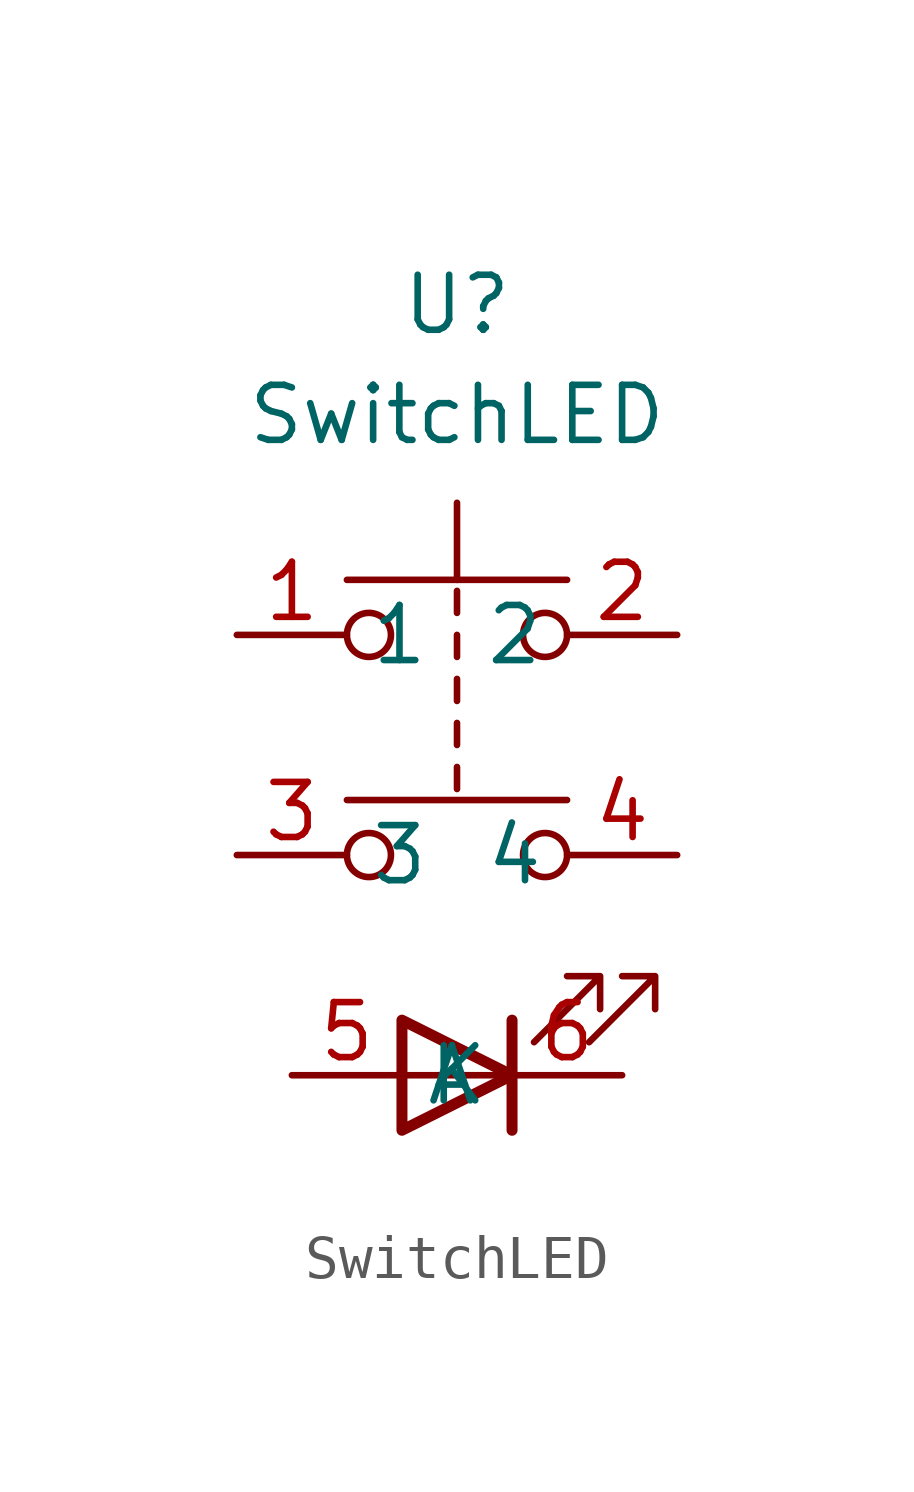
<source format=kicad_sym>
(kicad_symbol_lib
  (version 20211014)
  (generator kicad_symbol_editor)
  (symbol "SwitchLED"
    (property "Reference" "U"
      (at 0 2.54 0)
      (effects (font (size 1.27 1.27))))
    (property "Value" "SwitchLED"
      (at 0 0 0)
      (effects (font (size 1.27 1.27))))
    (symbol "SwitchLED_0_1"
      (circle (center -2.032 -10.16) (radius 0.508) (stroke (width 0) (type default) (color 0 0 0 0)) (fill (type none)))
      (circle (center -2.032 -5.08) (radius 0.508) (stroke (width 0) (type default) (color 0 0 0 0)) (fill (type none)))
      (polyline (pts (xy 0 -8.128) (xy 0 -8.636)) (stroke (width 0) (type default) (color 0 0 0 0)) (fill (type none)))
      (polyline (pts (xy 0 -7.112) (xy 0 -7.62)) (stroke (width 0) (type default) (color 0 0 0 0)) (fill (type none)))
      (polyline (pts (xy 0 -6.604) (xy 0 -6.096)) (stroke (width 0) (type default) (color 0 0 0 0)) (fill (type none)))
      (polyline (pts (xy 0 -5.588) (xy 0 -5.08)) (stroke (width 0) (type default) (color 0 0 0 0)) (fill (type none)))
      (polyline (pts (xy 0 -4.572) (xy 0 -4.064)) (stroke (width 0) (type default) (color 0 0 0 0)) (fill (type none)))
      (polyline (pts (xy 0 -3.81) (xy 0 -2.032)) (stroke (width 0) (type default) (color 0 0 0 0)) (fill (type none)))
      (polyline (pts (xy 1.27 -15.24) (xy -1.27 -15.24)) (stroke (width 0) (type default) (color 0 0 0 0)) (fill (type none)))
      (polyline (pts (xy 1.27 -13.97) (xy 1.27 -16.51)) (stroke (width 0.254) (type default) (color 0 0 0 0)) (fill (type none)))
      (polyline (pts (xy 2.54 -8.89) (xy -2.54 -8.89)) (stroke (width 0) (type default) (color 0 0 0 0)) (fill (type none)))
      (polyline (pts (xy 2.54 -3.81) (xy -2.54 -3.81)) (stroke (width 0) (type default) (color 0 0 0 0)) (fill (type none)))
      (polyline (pts (xy -1.27 -13.97) (xy -1.27 -16.51) (xy 1.27 -15.24) (xy -1.27 -13.97)) (stroke (width 0.254) (type default) (color 0 0 0 0)) (fill (type none)))
      (polyline (pts (xy 1.778 -14.478) (xy 3.302 -12.954) (xy 2.54 -12.954) (xy 3.302 -12.954) (xy 3.302 -13.716)) (stroke (width 0) (type default) (color 0 0 0 0)) (fill (type none)))
      (polyline (pts (xy 3.048 -14.478) (xy 4.572 -12.954) (xy 3.81 -12.954) (xy 4.572 -12.954) (xy 4.572 -13.716)) (stroke (width 0) (type default) (color 0 0 0 0)) (fill (type none)))
      (circle (center 2.032 -10.16) (radius 0.508) (stroke (width 0) (type default) (color 0 0 0 0)) (fill (type none)))
      (circle (center 2.032 -5.08) (radius 0.508) (stroke (width 0) (type default) (color 0 0 0 0)) (fill (type none)))
      (pin passive line (at -5.08 -5.08 0) (length 2.54) (name "1" (effects (font (size 1.27 1.27)))) (number "1" (effects (font (size 1.27 1.27)))))
      (pin passive line (at 5.08 -5.08 180) (length 2.54) (name "2" (effects (font (size 1.27 1.27)))) (number "2" (effects (font (size 1.27 1.27)))))
      (pin passive line (at -5.08 -10.16 0) (length 2.54) (name "3" (effects (font (size 1.27 1.27)))) (number "3" (effects (font (size 1.27 1.27)))))
      (pin passive line (at 5.08 -10.16 180) (length 2.54) (name "4" (effects (font (size 1.27 1.27)))) (number "4" (effects (font (size 1.27 1.27))))))
    (symbol "SwitchLED_1_1"
      (pin passive line (at -3.81 -15.24 0) (length 2.54) (name "A" (effects (font (size 1.27 1.27)))) (number "5" (effects (font (size 1.27 1.27)))))
      (pin passive line (at 3.81 -15.24 180) (length 2.54) (name "K" (effects (font (size 1.27 1.27)))) (number "6" (effects (font (size 1.27 1.27))))))))
</source>
